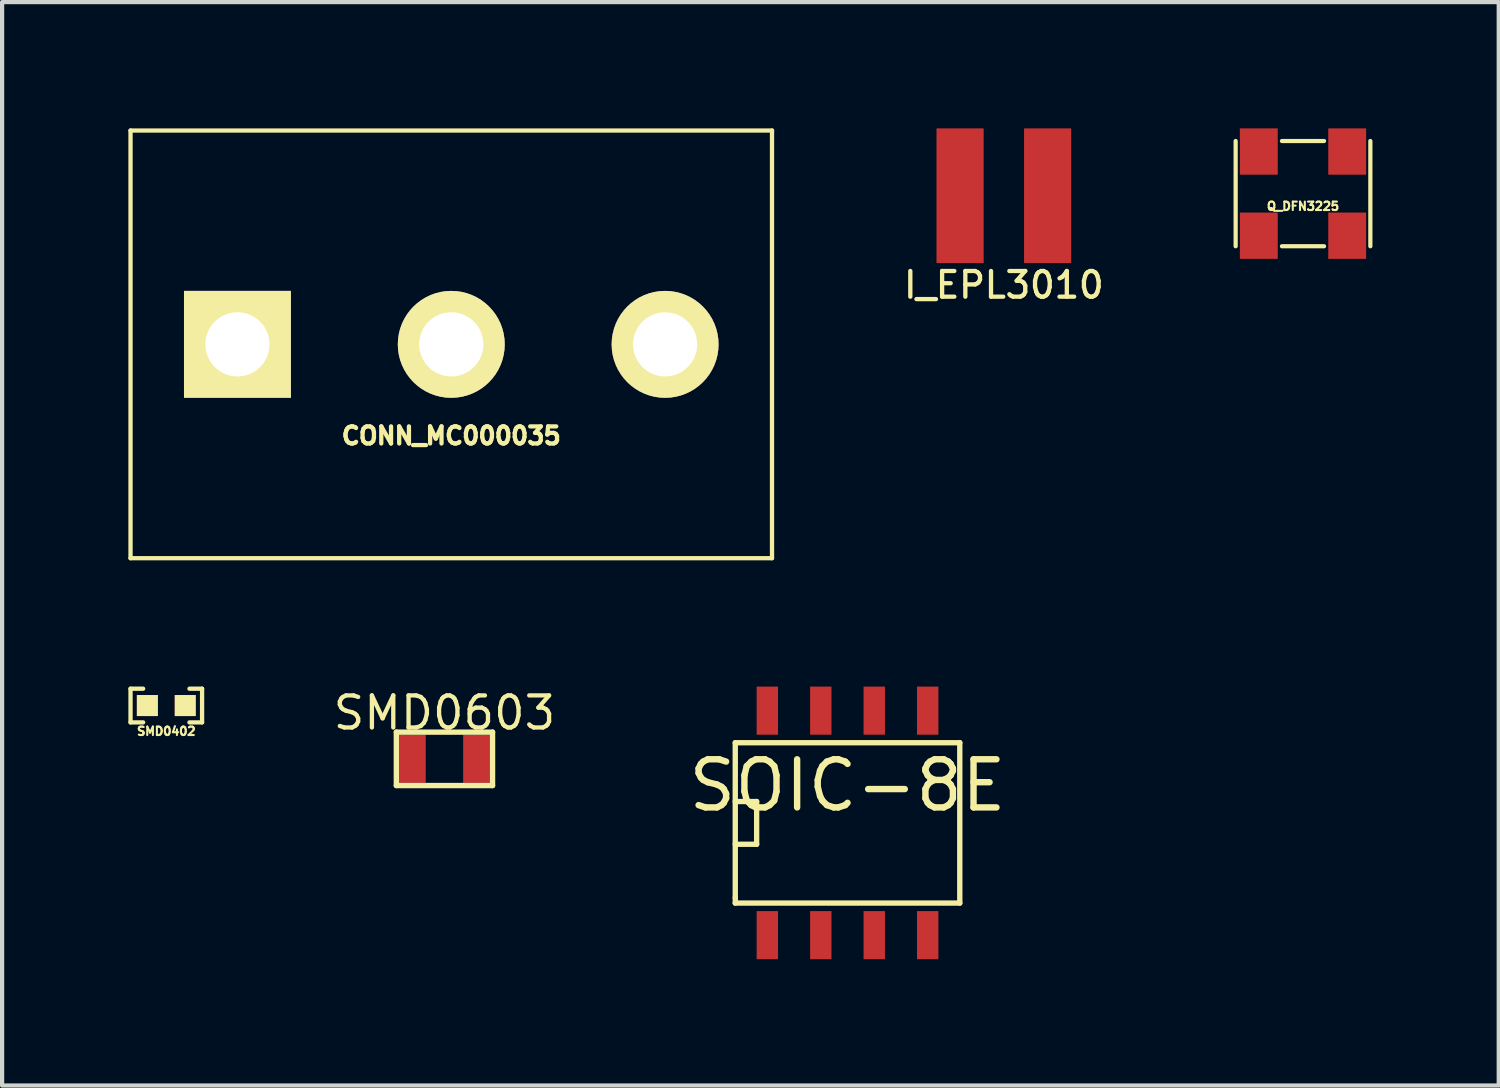
<source format=kicad_pcb>
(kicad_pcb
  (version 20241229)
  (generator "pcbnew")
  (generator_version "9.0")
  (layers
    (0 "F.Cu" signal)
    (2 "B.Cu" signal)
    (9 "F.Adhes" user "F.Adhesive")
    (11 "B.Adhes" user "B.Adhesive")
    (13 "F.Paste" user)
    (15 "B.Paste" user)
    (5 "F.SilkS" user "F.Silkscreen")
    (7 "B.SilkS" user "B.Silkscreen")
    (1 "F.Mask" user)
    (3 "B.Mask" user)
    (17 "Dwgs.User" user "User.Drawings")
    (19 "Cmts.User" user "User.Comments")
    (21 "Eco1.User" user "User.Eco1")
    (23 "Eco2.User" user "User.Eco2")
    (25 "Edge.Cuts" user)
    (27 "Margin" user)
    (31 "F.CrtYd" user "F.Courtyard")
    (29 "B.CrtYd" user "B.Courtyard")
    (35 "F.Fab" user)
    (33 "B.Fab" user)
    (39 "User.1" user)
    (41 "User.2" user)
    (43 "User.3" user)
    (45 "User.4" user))
  (footprint "SMD0402"
    (layer "F.Cu")
    (at 0.901 13.712)
    (property "Reference" "SMD0402" (at 0 0.61 0) (layer "F.SilkS") (effects (font (size 0.2 0.2) (thickness 0.05))))
    (attr smd)
    (fp_line (start -0.85 -0.4) (end -0.85 0.4) (stroke (width 0.102) (type solid)) (layer "F.SilkS"))
    (fp_line (start -0.85 -0.4) (end -0.55 -0.4) (stroke (width 0.102) (type solid)) (layer "F.SilkS"))
    (fp_line (start -0.85 0.4) (end -0.55 0.4) (stroke (width 0.102) (type solid)) (layer "F.SilkS"))
    (fp_line (start 0.55 -0.4) (end 0.85 -0.4) (stroke (width 0.102) (type solid)) (layer "F.SilkS"))
    (fp_line (start 0.85 -0.4) (end 0.85 0.4) (stroke (width 0.102) (type solid)) (layer "F.SilkS"))
    (fp_line (start 0.85 0.4) (end 0.55 0.4) (stroke (width 0.102) (type solid)) (layer "F.SilkS"))
    (pad "1" smd rect (at -0.45 0) (size 0.5 0.5) (layers "F.Cu" "F.Mask" "F.SilkS" "F.Paste"))
    (pad "2" smd rect (at 0.45 0) (size 0.5 0.5) (layers "F.Cu" "F.Mask" "F.SilkS" "F.Paste")))
  (footprint "CONN_MC000035"
    (layer "F.Cu")
    (at 7.671 5.131)
    (property "Reference" "CONN_MC000035" (at 0 2.172 0) (layer "F.SilkS") (effects (font (size 0.406 0.406) (thickness 0.102))))
    (attr through_hole)
    (fp_line (start -7.62 -5.08) (end 7.62 -5.08) (stroke (width 0.102) (type solid)) (layer "F.SilkS"))
    (fp_line (start -7.62 5.08) (end -7.62 -5.08) (stroke (width 0.102) (type solid)) (layer "F.SilkS"))
    (fp_line (start -7.62 5.08) (end 7.62 5.08) (stroke (width 0.102) (type solid)) (layer "F.SilkS"))
    (fp_line (start 7.62 -5.08) (end 7.62 5.08) (stroke (width 0.102) (type solid)) (layer "F.SilkS"))
    (pad "1" thru_hole rect (at -5.08 0) (size 2.54 2.54) (drill 1.524) (layers "*.Cu" "*.Mask" "F.SilkS"))
    (pad "2" thru_hole circle (at 0 0) (size 2.54 2.54) (drill 1.524) (layers "*.Cu" "*.Mask" "F.SilkS"))
    (pad "3" thru_hole circle (at 5.08 0) (size 2.54 2.54) (drill 1.524) (layers "*.Cu" "*.Mask" "F.SilkS")))
  (footprint "I_EPL3010"
    (layer "F.Cu")
    (at 20.799 1.6)
    (property "Reference" "I_EPL3010" (at 0 2.121 0) (layer "F.SilkS") (effects (font (size 0.61 0.61) (thickness 0.102))))
    (attr through_hole)
    (pad "1" smd rect (at -1.04 0) (size 1.12 3.2) (layers "F.Cu" "F.Mask" "F.Paste"))
    (pad "2" smd rect (at 1.04 0) (size 1.12 3.2) (layers "F.Cu" "F.Mask" "F.Paste")))
  (footprint "Q_DFN3225"
    (layer "F.Cu")
    (at 27.906 1.55)
    (property "Reference" "Q_DFN3225" (at 0 0.3 0) (layer "F.SilkS") (effects (font (size 0.2 0.2) (thickness 0.05))))
    (attr through_hole)
    (fp_line (start -1.6 -1.25) (end -1.6 1.25) (stroke (width 0.1) (type solid)) (layer "F.SilkS"))
    (fp_line (start -0.5 -1.25) (end 0.5 -1.25) (stroke (width 0.1) (type solid)) (layer "F.SilkS"))
    (fp_line (start -0.5 1.25) (end 0.5 1.25) (stroke (width 0.1) (type solid)) (layer "F.SilkS"))
    (fp_line (start 1.6 -1.25) (end 1.6 1.25) (stroke (width 0.1) (type solid)) (layer "F.SilkS"))
    (pad "1" smd rect (at -1.05 1) (size 0.9 1.1) (layers "F.Cu" "F.Mask" "F.Paste"))
    (pad "2" smd rect (at 1.05 1) (size 0.9 1.1) (layers "F.Cu" "F.Mask" "F.Paste"))
    (pad "3" smd rect (at 1.05 -1) (size 0.9 1.1) (layers "F.Cu" "F.Mask" "F.Paste"))
    (pad "4" smd rect (at -1.05 -1) (size 0.9 1.1) (layers "F.Cu" "F.Mask" "F.Paste")))
  (footprint "SMD0603"
    (layer "F.Cu")
    (at 7.509 14.978)
    (property "Reference" "SMD0603" (at 0 -1.092 0) (layer "F.SilkS") (effects (font (size 0.762 0.762) (thickness 0.102))))
    (attr smd)
    (fp_line (start -1.143 -0.635) (end 1.143 -0.635) (stroke (width 0.127) (type solid)) (layer "F.SilkS"))
    (fp_line (start -1.143 0.635) (end -1.143 -0.635) (stroke (width 0.127) (type solid)) (layer "F.SilkS"))
    (fp_line (start 1.143 -0.635) (end 1.143 0.635) (stroke (width 0.127) (type solid)) (layer "F.SilkS"))
    (fp_line (start 1.143 0.635) (end -1.143 0.635) (stroke (width 0.127) (type solid)) (layer "F.SilkS"))
    (pad "1" smd rect (at -0.762 0) (size 0.635 1.143) (layers "F.Cu" "F.Mask" "F.Paste"))
    (pad "2" smd rect (at 0.762 0) (size 0.635 1.143) (layers "F.Cu" "F.Mask" "F.Paste")))
  (footprint "SOIC-8E"
    (layer "F.Cu")
    (at 17.085 16.5)
    (property "Reference" "SOIC-8E" (at 0 -0.889 0) (layer "F.SilkS") (effects (font (size 1.143 1.143) (thickness 0.152))))
    (attr smd)
    (fp_line (start -2.667 -1.905) (end -2.667 1.778) (stroke (width 0.127) (type solid)) (layer "F.SilkS"))
    (fp_line (start -2.667 -0.508) (end -2.159 -0.508) (stroke (width 0.127) (type solid)) (layer "F.SilkS"))
    (fp_line (start -2.667 1.778) (end -2.667 1.905) (stroke (width 0.127) (type solid)) (layer "F.SilkS"))
    (fp_line (start -2.667 1.905) (end 2.667 1.905) (stroke (width 0.127) (type solid)) (layer "F.SilkS"))
    (fp_line (start -2.159 -0.508) (end -2.159 0.508) (stroke (width 0.127) (type solid)) (layer "F.SilkS"))
    (fp_line (start -2.159 0.508) (end -2.667 0.508) (stroke (width 0.127) (type solid)) (layer "F.SilkS"))
    (fp_line (start 2.667 -1.905) (end -2.667 -1.905) (stroke (width 0.127) (type solid)) (layer "F.SilkS"))
    (fp_line (start 2.667 -1.905) (end 2.667 1.905) (stroke (width 0.127) (type solid)) (layer "F.SilkS"))
    (pad "1" smd rect (at -1.905 2.667) (size 0.508 1.143) (layers "F.Cu" "F.Mask" "F.Paste"))
    (pad "2" smd rect (at -0.635 2.667) (size 0.508 1.143) (layers "F.Cu" "F.Mask" "F.Paste"))
    (pad "3" smd rect (at 0.635 2.667) (size 0.508 1.143) (layers "F.Cu" "F.Mask" "F.Paste"))
    (pad "4" smd rect (at 1.905 2.667) (size 0.508 1.143) (layers "F.Cu" "F.Mask" "F.Paste"))
    (pad "5" smd rect (at 1.905 -2.667) (size 0.508 1.143) (layers "F.Cu" "F.Mask" "F.Paste"))
    (pad "6" smd rect (at 0.635 -2.667) (size 0.508 1.143) (layers "F.Cu" "F.Mask" "F.Paste"))
    (pad "7" smd rect (at -0.635 -2.667) (size 0.508 1.143) (layers "F.Cu" "F.Mask" "F.Paste"))
    (pad "8" smd rect (at -1.905 -2.667) (size 0.508 1.143) (layers "F.Cu" "F.Mask" "F.Paste")))
  (gr_rect
    (start -3 -3)
    (end 32.556 22.739)
    (stroke (width 0.1) (type default))
    (fill no)
    (layer "Edge.Cuts")))
</source>
